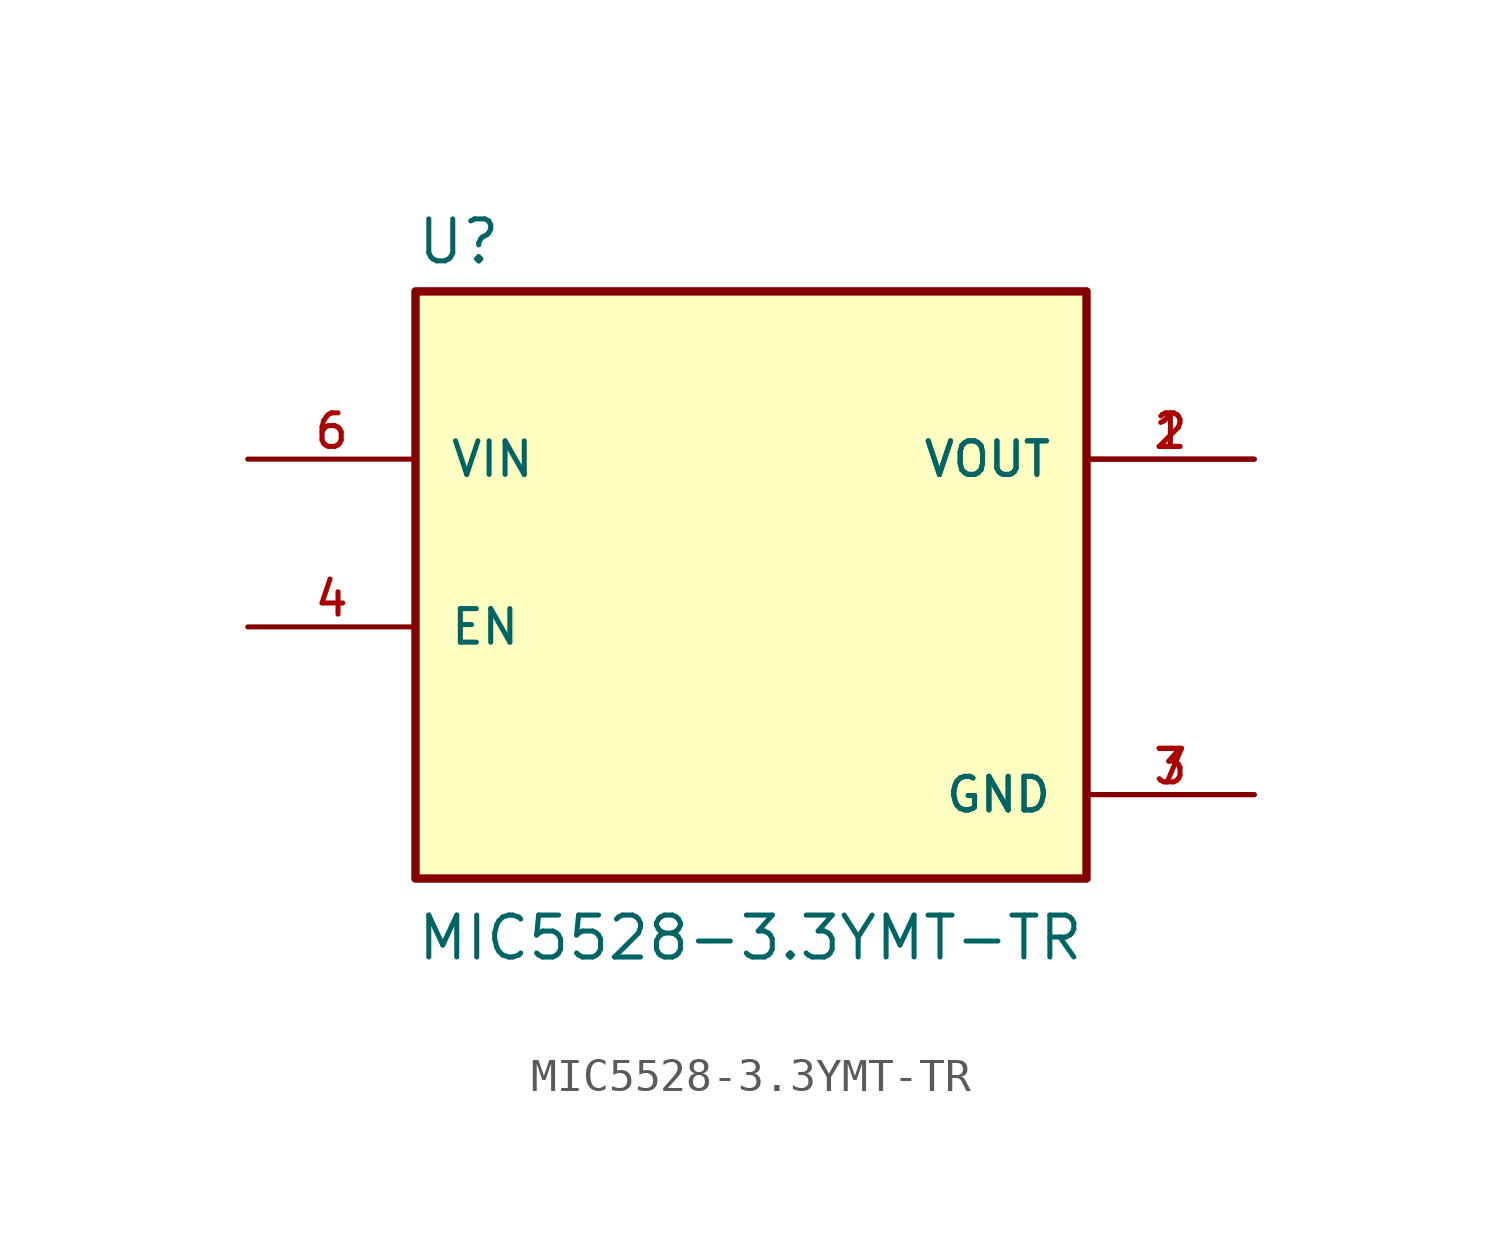
<source format=kicad_sym>
(kicad_symbol_lib
  (version 20211014)
  (generator kicad_symbol_editor)
  (symbol "MIC5528-3.3YMT-TR"
    (pin_names
      (offset 1.016))
    (property "Reference" "U"
      (at -10.16 8.382 0)
      (effects (font (size 1.27 1.27)) (justify bottom left)))
    (property "Value" "MIC5528-3.3YMT-TR"
      (at -10.16 -12.7 0)
      (effects (font (size 1.27 1.27)) (justify bottom left)))
    (symbol "MIC5528-3.3YMT-TR_0_0"
      (rectangle (start -10.16 -10.16) (end 10.16 7.62) (stroke (width 0.254)) (fill (type background)))
      (pin input line (at -15.24 2.54 0) (length 5.08) (name "VIN" (effects (font (size 1.016 1.016)))) (number "6" (effects (font (size 1.016 1.016)))))
      (pin output line (at 15.24 2.54 180.0) (length 5.08) (name "VOUT" (effects (font (size 1.016 1.016)))) (number "1" (effects (font (size 1.016 1.016)))))
      (pin output line (at 15.24 2.54 180.0) (length 5.08) (name "VOUT" (effects (font (size 1.016 1.016)))) (number "2" (effects (font (size 1.016 1.016)))))
      (pin input line (at -15.24 -2.54 0) (length 5.08) (name "EN" (effects (font (size 1.016 1.016)))) (number "4" (effects (font (size 1.016 1.016)))))
      (pin power_in line (at 15.24 -7.62 180.0) (length 5.08) (name "GND" (effects (font (size 1.016 1.016)))) (number "3" (effects (font (size 1.016 1.016)))))
      (pin power_in line (at 15.24 -7.62 180.0) (length 5.08) (name "GND" (effects (font (size 1.016 1.016)))) (number "7" (effects (font (size 1.016 1.016))))))))
</source>
